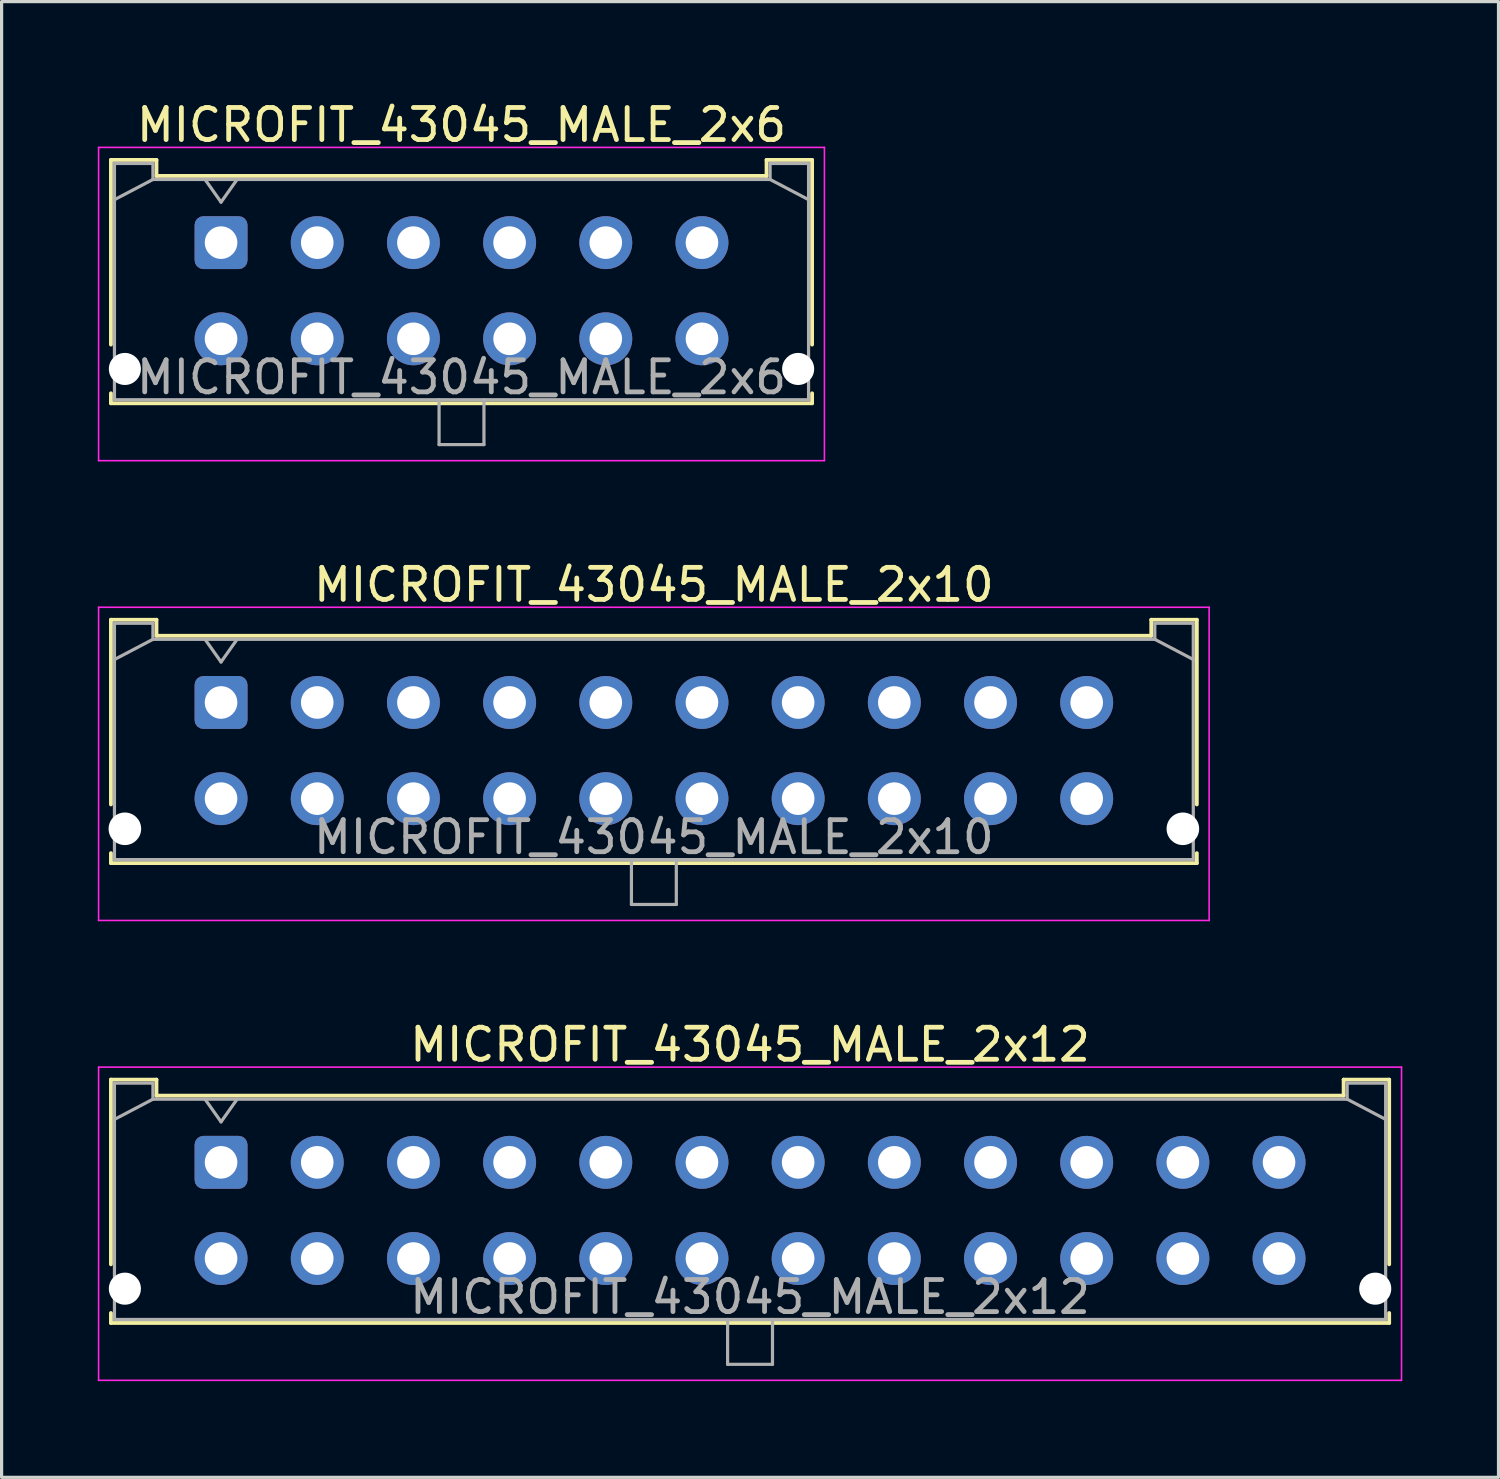
<source format=kicad_pcb>
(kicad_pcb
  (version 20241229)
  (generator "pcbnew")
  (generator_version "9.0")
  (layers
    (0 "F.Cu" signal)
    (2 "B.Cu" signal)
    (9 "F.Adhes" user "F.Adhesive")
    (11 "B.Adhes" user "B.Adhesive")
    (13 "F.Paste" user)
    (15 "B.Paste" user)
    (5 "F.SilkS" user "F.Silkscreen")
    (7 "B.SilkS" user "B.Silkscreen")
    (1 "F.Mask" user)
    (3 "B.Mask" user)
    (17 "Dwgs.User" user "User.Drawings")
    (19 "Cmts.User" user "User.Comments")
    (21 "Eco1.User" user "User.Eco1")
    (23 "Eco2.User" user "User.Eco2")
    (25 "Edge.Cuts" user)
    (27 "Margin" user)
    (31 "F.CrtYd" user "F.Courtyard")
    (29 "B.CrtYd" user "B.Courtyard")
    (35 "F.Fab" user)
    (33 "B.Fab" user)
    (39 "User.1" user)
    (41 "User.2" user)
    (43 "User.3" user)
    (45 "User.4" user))
  (footprint "MICROFIT_43045_MALE_2x6"
    (layer "F.Cu")
    (at 3.845 4.518)
    (property "Reference" "MICROFIT_43045_MALE_2x6" (at 7.5 -3.67 0) (layer "F.SilkS") (effects (font (size 1 1) (thickness 0.15))))
    (attr through_hole)
    (fp_line (start -3.435 -2.58) (end -2.015 -2.58) (stroke (width 0.12) (type solid)) (layer "F.SilkS"))
    (fp_line (start -3.435 3.18) (end -3.435 -2.58) (stroke (width 0.12) (type solid)) (layer "F.SilkS"))
    (fp_line (start -3.435 4.7) (end -3.435 5.01) (stroke (width 0.12) (type solid)) (layer "F.SilkS"))
    (fp_line (start -3.435 5.01) (end 18.435 5.01) (stroke (width 0.12) (type solid)) (layer "F.SilkS"))
    (fp_line (start -2.015 -2.58) (end -2.015 -2.08) (stroke (width 0.12) (type solid)) (layer "F.SilkS"))
    (fp_line (start -2.015 -2.08) (end 17.015 -2.08) (stroke (width 0.12) (type solid)) (layer "F.SilkS"))
    (fp_line (start 17.015 -2.58) (end 18.435 -2.58) (stroke (width 0.12) (type solid)) (layer "F.SilkS"))
    (fp_line (start 17.015 -2.08) (end 17.015 -2.58) (stroke (width 0.12) (type solid)) (layer "F.SilkS"))
    (fp_line (start 18.435 -2.58) (end 18.435 3.18) (stroke (width 0.12) (type solid)) (layer "F.SilkS"))
    (fp_line (start 18.435 5.01) (end 18.435 4.7) (stroke (width 0.12) (type solid)) (layer "F.SilkS"))
    (fp_line (start -3.82 -2.97) (end 18.82 -2.97) (stroke (width 0.05) (type solid)) (layer "F.CrtYd"))
    (fp_line (start -3.82 6.8) (end -3.82 -2.97) (stroke (width 0.05) (type solid)) (layer "F.CrtYd"))
    (fp_line (start 18.82 -2.97) (end 18.82 6.8) (stroke (width 0.05) (type solid)) (layer "F.CrtYd"))
    (fp_line (start 18.82 6.8) (end -3.82 6.8) (stroke (width 0.05) (type solid)) (layer "F.CrtYd"))
    (fp_line (start -3.325 -2.47) (end -3.325 4.9) (stroke (width 0.1) (type solid)) (layer "F.Fab"))
    (fp_line (start -3.325 -1.34) (end -2.125 -1.97) (stroke (width 0.1) (type solid)) (layer "F.Fab"))
    (fp_line (start -3.325 4.9) (end 18.325 4.9) (stroke (width 0.1) (type solid)) (layer "F.Fab"))
    (fp_line (start -2.125 -2.47) (end -3.325 -2.47) (stroke (width 0.1) (type solid)) (layer "F.Fab"))
    (fp_line (start -2.125 -1.97) (end -2.125 -2.47) (stroke (width 0.1) (type solid)) (layer "F.Fab"))
    (fp_line (start -0.5 -1.97) (end 0 -1.263) (stroke (width 0.1) (type solid)) (layer "F.Fab"))
    (fp_line (start 0 -1.263) (end 0.5 -1.97) (stroke (width 0.1) (type solid)) (layer "F.Fab"))
    (fp_line (start 6.8 4.9) (end 6.8 6.3) (stroke (width 0.1) (type solid)) (layer "F.Fab"))
    (fp_line (start 6.8 6.3) (end 8.2 6.3) (stroke (width 0.1) (type solid)) (layer "F.Fab"))
    (fp_line (start 8.2 6.3) (end 8.2 4.9) (stroke (width 0.1) (type solid)) (layer "F.Fab"))
    (fp_line (start 17.125 -2.47) (end 17.125 -1.97) (stroke (width 0.1) (type solid)) (layer "F.Fab"))
    (fp_line (start 17.125 -1.97) (end -2.125 -1.97) (stroke (width 0.1) (type solid)) (layer "F.Fab"))
    (fp_line (start 18.325 -2.47) (end 17.125 -2.47) (stroke (width 0.1) (type solid)) (layer "F.Fab"))
    (fp_line (start 18.325 -1.34) (end 17.125 -1.97) (stroke (width 0.1) (type solid)) (layer "F.Fab"))
    (fp_line (start 18.325 4.9) (end 18.325 -2.47) (stroke (width 0.1) (type solid)) (layer "F.Fab"))
    (fp_text user "${REFERENCE}" (at 7.5 4.2 0) (layer "F.Fab") (effects (font (size 1 1) (thickness 0.15))))
    (pad "" np_thru_hole circle (at -3 3.94) (size 1 1) (drill 1) (layers "*.Cu" "*.Mask"))
    (pad "" np_thru_hole circle (at 18 3.94) (size 1 1) (drill 1) (layers "*.Cu" "*.Mask"))
    (pad "1" thru_hole roundrect (at 0 0) (size 1.651 1.651) (drill 1.016) (layers "*.Cu" "*.Mask") (roundrect_rratio 0.167))
    (pad "2" thru_hole circle (at 3 0) (size 1.651 1.651) (drill 1.016) (layers "*.Cu" "*.Mask"))
    (pad "3" thru_hole circle (at 6 0) (size 1.651 1.651) (drill 1.016) (layers "*.Cu" "*.Mask"))
    (pad "4" thru_hole circle (at 9 0) (size 1.651 1.651) (drill 1.016) (layers "*.Cu" "*.Mask"))
    (pad "5" thru_hole circle (at 12 0) (size 1.651 1.651) (drill 1.016) (layers "*.Cu" "*.Mask"))
    (pad "6" thru_hole circle (at 15 0) (size 1.651 1.651) (drill 1.016) (layers "*.Cu" "*.Mask"))
    (pad "7" thru_hole circle (at 0 3) (size 1.651 1.651) (drill 1.016) (layers "*.Cu" "*.Mask"))
    (pad "8" thru_hole circle (at 3 3) (size 1.651 1.651) (drill 1.016) (layers "*.Cu" "*.Mask"))
    (pad "9" thru_hole circle (at 6 3) (size 1.651 1.651) (drill 1.016) (layers "*.Cu" "*.Mask"))
    (pad "10" thru_hole circle (at 9 3) (size 1.651 1.651) (drill 1.016) (layers "*.Cu" "*.Mask"))
    (pad "11" thru_hole circle (at 12 3) (size 1.651 1.651) (drill 1.016) (layers "*.Cu" "*.Mask"))
    (pad "12" thru_hole circle (at 15 3) (size 1.651 1.651) (drill 1.016) (layers "*.Cu" "*.Mask")))
  (footprint "MICROFIT_43045_MALE_2x10"
    (layer "F.Cu")
    (at 3.845 18.861)
    (property "Reference" "MICROFIT_43045_MALE_2x10" (at 13.5 -3.67 0) (layer "F.SilkS") (effects (font (size 1 1) (thickness 0.15))))
    (attr through_hole)
    (fp_line (start -3.435 -2.58) (end -2.015 -2.58) (stroke (width 0.12) (type solid)) (layer "F.SilkS"))
    (fp_line (start -3.435 3.18) (end -3.435 -2.58) (stroke (width 0.12) (type solid)) (layer "F.SilkS"))
    (fp_line (start -3.435 4.7) (end -3.435 5.01) (stroke (width 0.12) (type solid)) (layer "F.SilkS"))
    (fp_line (start -3.435 5.01) (end 30.435 5.01) (stroke (width 0.12) (type solid)) (layer "F.SilkS"))
    (fp_line (start -2.015 -2.58) (end -2.015 -2.08) (stroke (width 0.12) (type solid)) (layer "F.SilkS"))
    (fp_line (start -2.015 -2.08) (end 29.015 -2.08) (stroke (width 0.12) (type solid)) (layer "F.SilkS"))
    (fp_line (start 29.015 -2.58) (end 30.435 -2.58) (stroke (width 0.12) (type solid)) (layer "F.SilkS"))
    (fp_line (start 29.015 -2.08) (end 29.015 -2.58) (stroke (width 0.12) (type solid)) (layer "F.SilkS"))
    (fp_line (start 30.435 -2.58) (end 30.435 3.18) (stroke (width 0.12) (type solid)) (layer "F.SilkS"))
    (fp_line (start 30.435 5.01) (end 30.435 4.7) (stroke (width 0.12) (type solid)) (layer "F.SilkS"))
    (fp_line (start -3.82 -2.97) (end 30.82 -2.97) (stroke (width 0.05) (type solid)) (layer "F.CrtYd"))
    (fp_line (start -3.82 6.8) (end -3.82 -2.97) (stroke (width 0.05) (type solid)) (layer "F.CrtYd"))
    (fp_line (start 30.82 -2.97) (end 30.82 6.8) (stroke (width 0.05) (type solid)) (layer "F.CrtYd"))
    (fp_line (start 30.82 6.8) (end -3.82 6.8) (stroke (width 0.05) (type solid)) (layer "F.CrtYd"))
    (fp_line (start -3.325 -2.47) (end -3.325 4.9) (stroke (width 0.1) (type solid)) (layer "F.Fab"))
    (fp_line (start -3.325 -1.34) (end -2.125 -1.97) (stroke (width 0.1) (type solid)) (layer "F.Fab"))
    (fp_line (start -3.325 4.9) (end 30.325 4.9) (stroke (width 0.1) (type solid)) (layer "F.Fab"))
    (fp_line (start -2.125 -2.47) (end -3.325 -2.47) (stroke (width 0.1) (type solid)) (layer "F.Fab"))
    (fp_line (start -2.125 -1.97) (end -2.125 -2.47) (stroke (width 0.1) (type solid)) (layer "F.Fab"))
    (fp_line (start -0.5 -1.97) (end 0 -1.263) (stroke (width 0.1) (type solid)) (layer "F.Fab"))
    (fp_line (start 0 -1.263) (end 0.5 -1.97) (stroke (width 0.1) (type solid)) (layer "F.Fab"))
    (fp_line (start 12.8 4.9) (end 12.8 6.3) (stroke (width 0.1) (type solid)) (layer "F.Fab"))
    (fp_line (start 12.8 6.3) (end 14.2 6.3) (stroke (width 0.1) (type solid)) (layer "F.Fab"))
    (fp_line (start 14.2 6.3) (end 14.2 4.9) (stroke (width 0.1) (type solid)) (layer "F.Fab"))
    (fp_line (start 29.125 -2.47) (end 29.125 -1.97) (stroke (width 0.1) (type solid)) (layer "F.Fab"))
    (fp_line (start 29.125 -1.97) (end -2.125 -1.97) (stroke (width 0.1) (type solid)) (layer "F.Fab"))
    (fp_line (start 30.325 -2.47) (end 29.125 -2.47) (stroke (width 0.1) (type solid)) (layer "F.Fab"))
    (fp_line (start 30.325 -1.34) (end 29.125 -1.97) (stroke (width 0.1) (type solid)) (layer "F.Fab"))
    (fp_line (start 30.325 4.9) (end 30.325 -2.47) (stroke (width 0.1) (type solid)) (layer "F.Fab"))
    (fp_text user "${REFERENCE}" (at 13.5 4.2 0) (layer "F.Fab") (effects (font (size 1 1) (thickness 0.15))))
    (pad "" np_thru_hole circle (at -3 3.94) (size 1.016 1.016) (drill 1.016) (layers "*.Cu" "*.Mask"))
    (pad "" np_thru_hole circle (at 30 3.94) (size 1.016 1.016) (drill 1.016) (layers "*.Cu" "*.Mask"))
    (pad "1" thru_hole roundrect (at 0 0) (size 1.651 1.651) (drill 1.016) (layers "*.Cu" "*.Mask") (roundrect_rratio 0.167))
    (pad "2" thru_hole circle (at 3 0) (size 1.651 1.651) (drill 1.016) (layers "*.Cu" "*.Mask"))
    (pad "3" thru_hole circle (at 6 0) (size 1.651 1.651) (drill 1.016) (layers "*.Cu" "*.Mask"))
    (pad "4" thru_hole circle (at 9 0) (size 1.651 1.651) (drill 1.016) (layers "*.Cu" "*.Mask"))
    (pad "5" thru_hole circle (at 12 0) (size 1.651 1.651) (drill 1.016) (layers "*.Cu" "*.Mask"))
    (pad "6" thru_hole circle (at 15 0) (size 1.651 1.651) (drill 1.016) (layers "*.Cu" "*.Mask"))
    (pad "7" thru_hole circle (at 18 0) (size 1.651 1.651) (drill 1.016) (layers "*.Cu" "*.Mask"))
    (pad "8" thru_hole circle (at 21 0) (size 1.651 1.651) (drill 1.016) (layers "*.Cu" "*.Mask"))
    (pad "9" thru_hole circle (at 24 0) (size 1.651 1.651) (drill 1.016) (layers "*.Cu" "*.Mask"))
    (pad "10" thru_hole circle (at 27 0) (size 1.651 1.651) (drill 1.016) (layers "*.Cu" "*.Mask"))
    (pad "11" thru_hole circle (at 0 3) (size 1.651 1.651) (drill 1.016) (layers "*.Cu" "*.Mask"))
    (pad "12" thru_hole circle (at 3 3) (size 1.651 1.651) (drill 1.016) (layers "*.Cu" "*.Mask"))
    (pad "13" thru_hole circle (at 6 3) (size 1.651 1.651) (drill 1.016) (layers "*.Cu" "*.Mask"))
    (pad "14" thru_hole circle (at 9 3) (size 1.651 1.651) (drill 1.016) (layers "*.Cu" "*.Mask"))
    (pad "15" thru_hole circle (at 12 3) (size 1.651 1.651) (drill 1.016) (layers "*.Cu" "*.Mask"))
    (pad "16" thru_hole circle (at 15 3) (size 1.651 1.651) (drill 1.016) (layers "*.Cu" "*.Mask"))
    (pad "17" thru_hole circle (at 18 3) (size 1.651 1.651) (drill 1.016) (layers "*.Cu" "*.Mask"))
    (pad "18" thru_hole circle (at 21 3) (size 1.651 1.651) (drill 1.016) (layers "*.Cu" "*.Mask"))
    (pad "19" thru_hole circle (at 24 3) (size 1.651 1.651) (drill 1.016) (layers "*.Cu" "*.Mask"))
    (pad "20" thru_hole circle (at 27 3) (size 1.651 1.651) (drill 1.016) (layers "*.Cu" "*.Mask")))
  (footprint "MICROFIT_43045_MALE_2x12"
    (layer "F.Cu")
    (at 3.845 33.205)
    (property "Reference" "MICROFIT_43045_MALE_2x12" (at 16.5 -3.67 0) (layer "F.SilkS") (effects (font (size 1 1) (thickness 0.15))))
    (attr through_hole)
    (fp_line (start -3.435 -2.58) (end -2.015 -2.58) (stroke (width 0.12) (type solid)) (layer "F.SilkS"))
    (fp_line (start -3.435 3.18) (end -3.435 -2.58) (stroke (width 0.12) (type solid)) (layer "F.SilkS"))
    (fp_line (start -3.435 4.7) (end -3.435 5.01) (stroke (width 0.12) (type solid)) (layer "F.SilkS"))
    (fp_line (start -3.435 5.01) (end 36.435 5.01) (stroke (width 0.12) (type solid)) (layer "F.SilkS"))
    (fp_line (start -2.015 -2.58) (end -2.015 -2.08) (stroke (width 0.12) (type solid)) (layer "F.SilkS"))
    (fp_line (start -2.015 -2.08) (end 35.015 -2.08) (stroke (width 0.12) (type solid)) (layer "F.SilkS"))
    (fp_line (start 35.015 -2.58) (end 36.435 -2.58) (stroke (width 0.12) (type solid)) (layer "F.SilkS"))
    (fp_line (start 35.015 -2.08) (end 35.015 -2.58) (stroke (width 0.12) (type solid)) (layer "F.SilkS"))
    (fp_line (start 36.435 -2.58) (end 36.435 3.18) (stroke (width 0.12) (type solid)) (layer "F.SilkS"))
    (fp_line (start 36.435 5.01) (end 36.435 4.7) (stroke (width 0.12) (type solid)) (layer "F.SilkS"))
    (fp_line (start -3.82 -2.97) (end 36.82 -2.97) (stroke (width 0.05) (type solid)) (layer "F.CrtYd"))
    (fp_line (start -3.82 6.8) (end -3.82 -2.97) (stroke (width 0.05) (type solid)) (layer "F.CrtYd"))
    (fp_line (start 36.82 -2.97) (end 36.82 6.8) (stroke (width 0.05) (type solid)) (layer "F.CrtYd"))
    (fp_line (start 36.82 6.8) (end -3.82 6.8) (stroke (width 0.05) (type solid)) (layer "F.CrtYd"))
    (fp_line (start -3.325 -2.47) (end -3.325 4.9) (stroke (width 0.1) (type solid)) (layer "F.Fab"))
    (fp_line (start -3.325 -1.34) (end -2.125 -1.97) (stroke (width 0.1) (type solid)) (layer "F.Fab"))
    (fp_line (start -3.325 4.9) (end 36.325 4.9) (stroke (width 0.1) (type solid)) (layer "F.Fab"))
    (fp_line (start -2.125 -2.47) (end -3.325 -2.47) (stroke (width 0.1) (type solid)) (layer "F.Fab"))
    (fp_line (start -2.125 -1.97) (end -2.125 -2.47) (stroke (width 0.1) (type solid)) (layer "F.Fab"))
    (fp_line (start -0.5 -1.97) (end 0 -1.263) (stroke (width 0.1) (type solid)) (layer "F.Fab"))
    (fp_line (start 0 -1.263) (end 0.5 -1.97) (stroke (width 0.1) (type solid)) (layer "F.Fab"))
    (fp_line (start 15.8 4.9) (end 15.8 6.3) (stroke (width 0.1) (type solid)) (layer "F.Fab"))
    (fp_line (start 15.8 6.3) (end 17.2 6.3) (stroke (width 0.1) (type solid)) (layer "F.Fab"))
    (fp_line (start 17.2 6.3) (end 17.2 4.9) (stroke (width 0.1) (type solid)) (layer "F.Fab"))
    (fp_line (start 35.125 -2.47) (end 35.125 -1.97) (stroke (width 0.1) (type solid)) (layer "F.Fab"))
    (fp_line (start 35.125 -1.97) (end -2.125 -1.97) (stroke (width 0.1) (type solid)) (layer "F.Fab"))
    (fp_line (start 36.325 -2.47) (end 35.125 -2.47) (stroke (width 0.1) (type solid)) (layer "F.Fab"))
    (fp_line (start 36.325 -1.34) (end 35.125 -1.97) (stroke (width 0.1) (type solid)) (layer "F.Fab"))
    (fp_line (start 36.325 4.9) (end 36.325 -2.47) (stroke (width 0.1) (type solid)) (layer "F.Fab"))
    (fp_text user "${REFERENCE}" (at 16.5 4.2 0) (layer "F.Fab") (effects (font (size 1 1) (thickness 0.15))))
    (pad "" np_thru_hole circle (at -3 3.94) (size 1 1) (drill 1) (layers "*.Cu" "*.Mask"))
    (pad "" np_thru_hole circle (at 36 3.94) (size 1 1) (drill 1) (layers "*.Cu" "*.Mask"))
    (pad "1" thru_hole roundrect (at 0 0) (size 1.651 1.651) (drill 1.016) (layers "*.Cu" "*.Mask") (roundrect_rratio 0.167))
    (pad "2" thru_hole circle (at 3 0) (size 1.651 1.651) (drill 1.016) (layers "*.Cu" "*.Mask"))
    (pad "3" thru_hole circle (at 6 0) (size 1.651 1.651) (drill 1.016) (layers "*.Cu" "*.Mask"))
    (pad "4" thru_hole circle (at 9 0) (size 1.651 1.651) (drill 1.016) (layers "*.Cu" "*.Mask"))
    (pad "5" thru_hole circle (at 12 0) (size 1.651 1.651) (drill 1.016) (layers "*.Cu" "*.Mask"))
    (pad "6" thru_hole circle (at 15 0) (size 1.651 1.651) (drill 1.016) (layers "*.Cu" "*.Mask"))
    (pad "7" thru_hole circle (at 18 0) (size 1.651 1.651) (drill 1.016) (layers "*.Cu" "*.Mask"))
    (pad "8" thru_hole circle (at 21 0) (size 1.651 1.651) (drill 1.016) (layers "*.Cu" "*.Mask"))
    (pad "9" thru_hole circle (at 24 0) (size 1.651 1.651) (drill 1.016) (layers "*.Cu" "*.Mask"))
    (pad "10" thru_hole circle (at 27 0) (size 1.651 1.651) (drill 1.016) (layers "*.Cu" "*.Mask"))
    (pad "11" thru_hole circle (at 30 0) (size 1.651 1.651) (drill 1.016) (layers "*.Cu" "*.Mask"))
    (pad "12" thru_hole circle (at 33 0) (size 1.651 1.651) (drill 1.016) (layers "*.Cu" "*.Mask"))
    (pad "13" thru_hole circle (at 0 3) (size 1.651 1.651) (drill 1.016) (layers "*.Cu" "*.Mask"))
    (pad "14" thru_hole circle (at 3 3) (size 1.651 1.651) (drill 1.016) (layers "*.Cu" "*.Mask"))
    (pad "15" thru_hole circle (at 6 3) (size 1.651 1.651) (drill 1.016) (layers "*.Cu" "*.Mask"))
    (pad "16" thru_hole circle (at 9 3) (size 1.651 1.651) (drill 1.016) (layers "*.Cu" "*.Mask"))
    (pad "17" thru_hole circle (at 12 3) (size 1.651 1.651) (drill 1.016) (layers "*.Cu" "*.Mask"))
    (pad "18" thru_hole circle (at 15 3) (size 1.651 1.651) (drill 1.016) (layers "*.Cu" "*.Mask"))
    (pad "19" thru_hole circle (at 18 3) (size 1.651 1.651) (drill 1.016) (layers "*.Cu" "*.Mask"))
    (pad "20" thru_hole circle (at 21 3) (size 1.651 1.651) (drill 1.016) (layers "*.Cu" "*.Mask"))
    (pad "21" thru_hole circle (at 24 3) (size 1.651 1.651) (drill 1.016) (layers "*.Cu" "*.Mask"))
    (pad "22" thru_hole circle (at 27 3) (size 1.651 1.651) (drill 1.016) (layers "*.Cu" "*.Mask"))
    (pad "23" thru_hole circle (at 30 3) (size 1.651 1.651) (drill 1.016) (layers "*.Cu" "*.Mask"))
    (pad "24" thru_hole circle (at 33 3) (size 1.651 1.651) (drill 1.016) (layers "*.Cu" "*.Mask")))
  (gr_rect
    (start -3 -3)
    (end 43.69 43.03)
    (stroke (width 0.1) (type default))
    (fill no)
    (layer "Edge.Cuts")))
</source>
